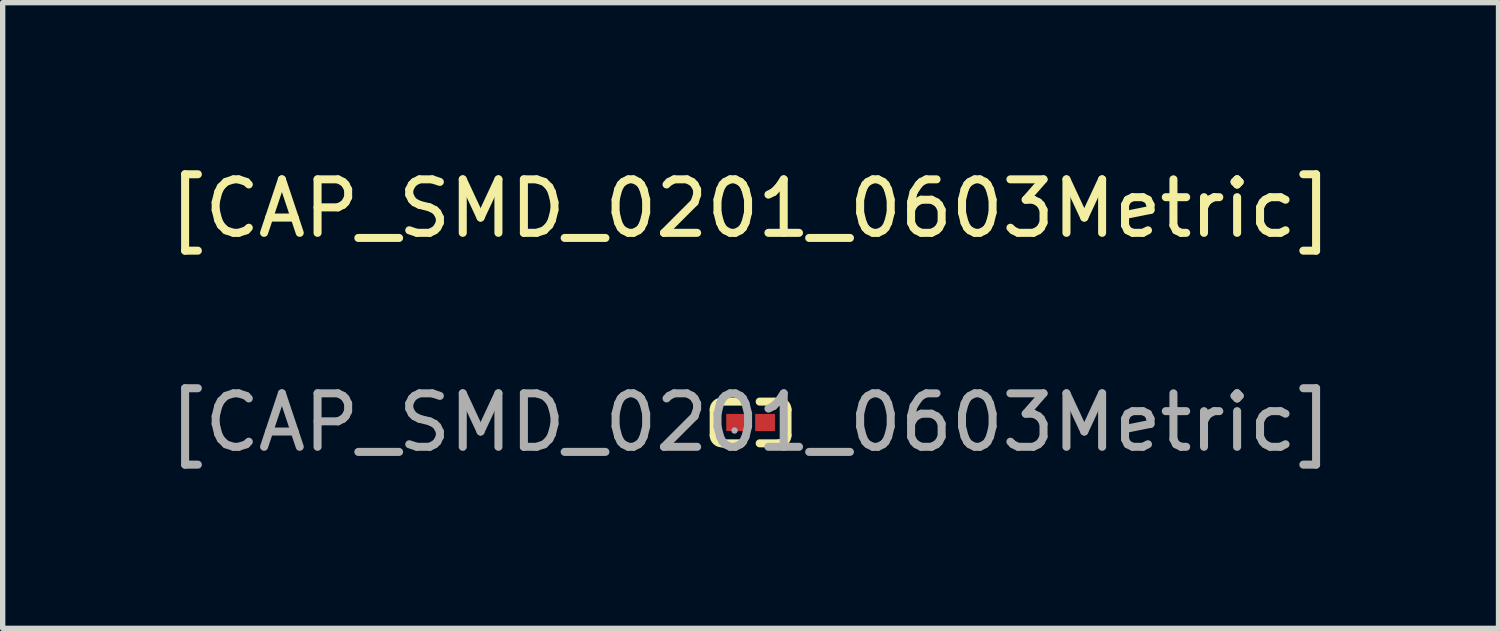
<source format=kicad_pcb>
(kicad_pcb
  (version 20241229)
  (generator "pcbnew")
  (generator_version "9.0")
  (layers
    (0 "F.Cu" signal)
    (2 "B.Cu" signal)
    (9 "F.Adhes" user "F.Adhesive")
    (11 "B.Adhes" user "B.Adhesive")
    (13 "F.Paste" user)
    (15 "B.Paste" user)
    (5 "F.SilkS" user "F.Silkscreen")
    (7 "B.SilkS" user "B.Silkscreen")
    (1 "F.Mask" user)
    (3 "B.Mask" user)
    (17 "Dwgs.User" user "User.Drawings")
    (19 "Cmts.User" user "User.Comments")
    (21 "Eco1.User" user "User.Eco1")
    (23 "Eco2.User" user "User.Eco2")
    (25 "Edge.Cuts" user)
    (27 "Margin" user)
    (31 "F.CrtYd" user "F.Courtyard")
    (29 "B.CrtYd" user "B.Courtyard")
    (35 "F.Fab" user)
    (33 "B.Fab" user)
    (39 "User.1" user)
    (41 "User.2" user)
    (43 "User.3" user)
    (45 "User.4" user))
  (footprint "[CAP_SMD_0201_0603Metric]"
    (layer "F.Cu")
    (at 10.982 4.848)
    (property "Reference" "[CAP_SMD_0201_0603Metric]" (at 0 -4 0) (layer "F.SilkS") (effects (font (size 1 1) (thickness 0.15))))
    (attr through_hole)
    (fp_line (start -0.69 0.24) (end -0.69 -0.24) (stroke (width 0.15) (type solid)) (layer "F.SilkS"))
    (fp_line (start -0.53 -0.39) (end -0.17 -0.39) (stroke (width 0.15) (type solid)) (layer "F.SilkS"))
    (fp_line (start -0.17 0.39) (end -0.53 0.39) (stroke (width 0.15) (type solid)) (layer "F.SilkS"))
    (fp_line (start 0.17 0.39) (end 0.53 0.39) (stroke (width 0.15) (type solid)) (layer "F.SilkS"))
    (fp_line (start 0.53 -0.39) (end 0.17 -0.39) (stroke (width 0.15) (type solid)) (layer "F.SilkS"))
    (fp_line (start 0.69 0.24) (end 0.69 -0.24) (stroke (width 0.15) (type solid)) (layer "F.SilkS"))
    (fp_arc (start -0.690333 -0.239643) (mid -0.642836 -0.349658) (end -0.53 -0.39) (stroke (width 0.15) (type solid)) (layer "F.SilkS"))
    (fp_arc (start -0.529667 0.389644) (mid -0.642348 0.349659) (end -0.69 0.24) (stroke (width 0.15) (type solid)) (layer "F.SilkS"))
    (fp_arc (start 0.53 -0.39) (mid 0.642835 -0.349658) (end 0.690333 -0.239643) (stroke (width 0.15) (type solid)) (layer "F.SilkS"))
    (fp_arc (start 0.69 0.24) (mid 0.642348 0.349658) (end 0.529667 0.389644) (stroke (width 0.15) (type solid)) (layer "F.SilkS"))
    (fp_circle (center -0.3 0.15) (end -0.27 0.15) (stroke (width 0.06) (type solid)) (fill no) (layer "F.Fab"))
    (fp_text user "${REFERENCE}" (at 0 0 0) (layer "F.Fab") (effects (font (size 1 1) (thickness 0.15))))
    (pad "1" smd rect (at -0.27 0) (size 0.37 0.32) (layers "F.Cu" "F.Mask" "F.Paste"))
    (pad "2" smd rect (at 0.27 0) (size 0.37 0.32) (layers "F.Cu" "F.Mask" "F.Paste")))
  (gr_rect
    (start -3 -3)
    (end 24.964 8.697)
    (stroke (width 0.1) (type default))
    (fill no)
    (layer "Edge.Cuts")))
</source>
